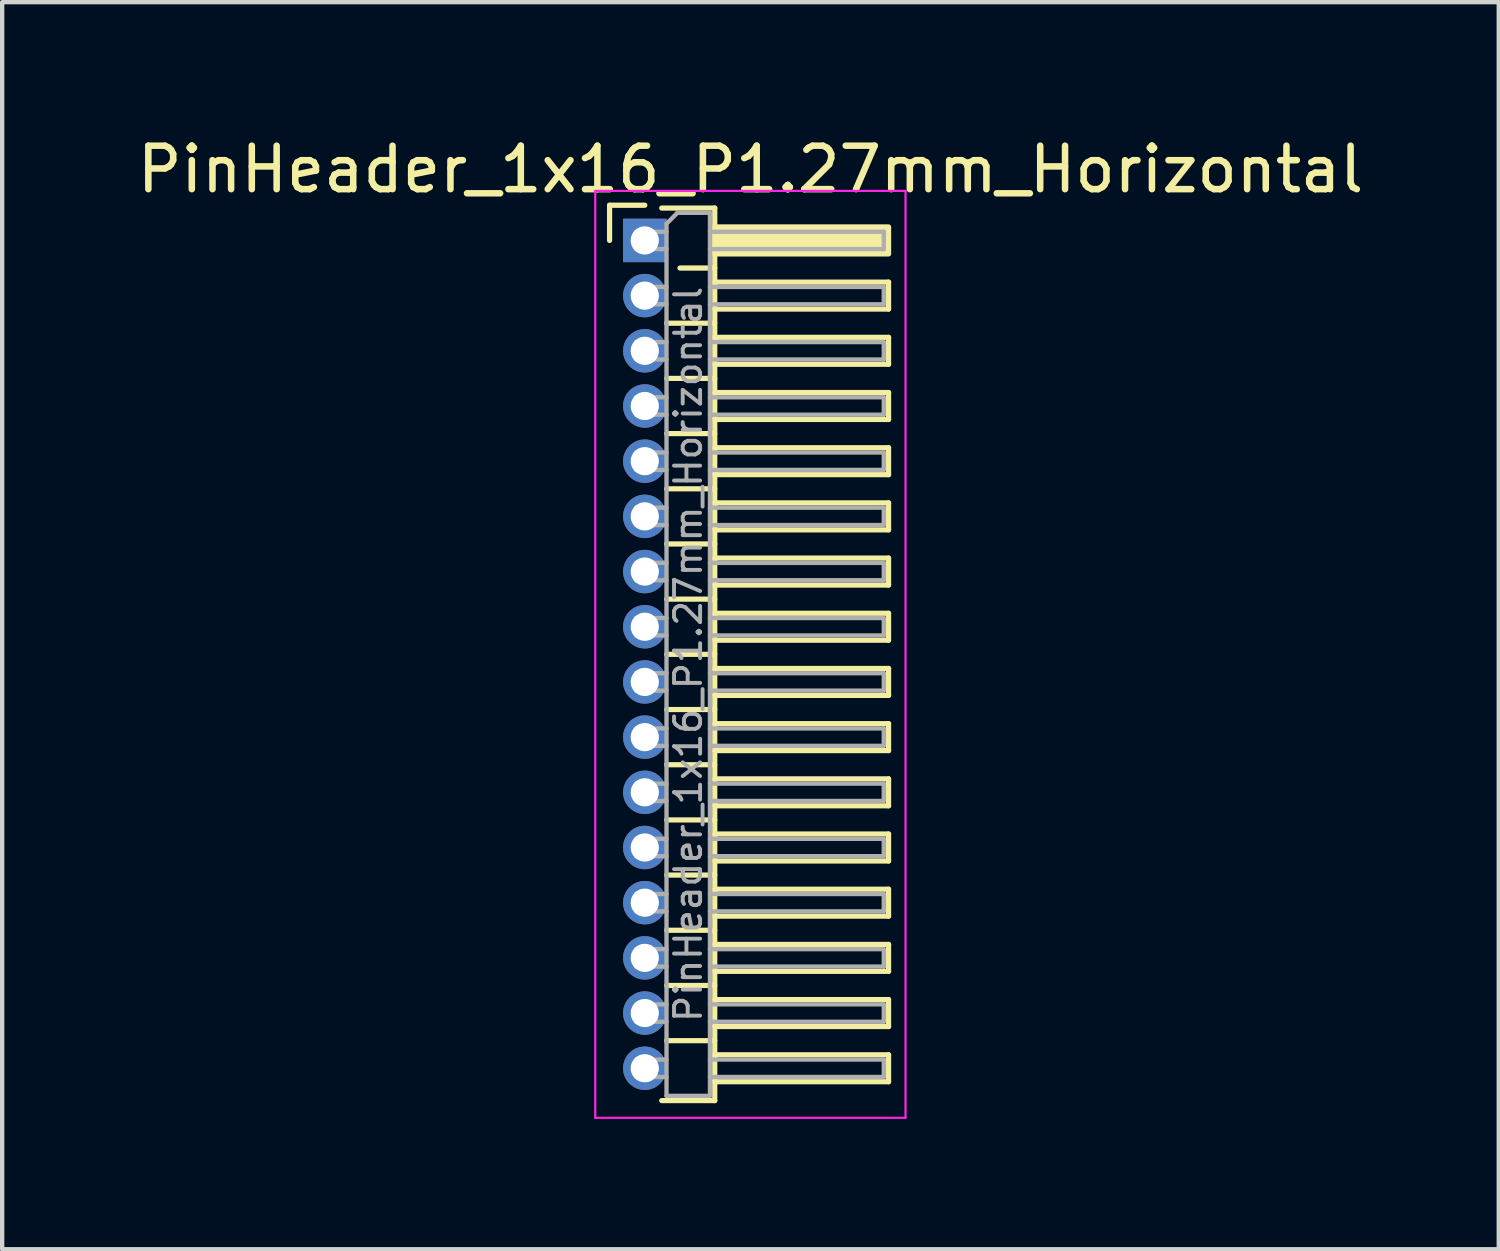
<source format=kicad_pcb>
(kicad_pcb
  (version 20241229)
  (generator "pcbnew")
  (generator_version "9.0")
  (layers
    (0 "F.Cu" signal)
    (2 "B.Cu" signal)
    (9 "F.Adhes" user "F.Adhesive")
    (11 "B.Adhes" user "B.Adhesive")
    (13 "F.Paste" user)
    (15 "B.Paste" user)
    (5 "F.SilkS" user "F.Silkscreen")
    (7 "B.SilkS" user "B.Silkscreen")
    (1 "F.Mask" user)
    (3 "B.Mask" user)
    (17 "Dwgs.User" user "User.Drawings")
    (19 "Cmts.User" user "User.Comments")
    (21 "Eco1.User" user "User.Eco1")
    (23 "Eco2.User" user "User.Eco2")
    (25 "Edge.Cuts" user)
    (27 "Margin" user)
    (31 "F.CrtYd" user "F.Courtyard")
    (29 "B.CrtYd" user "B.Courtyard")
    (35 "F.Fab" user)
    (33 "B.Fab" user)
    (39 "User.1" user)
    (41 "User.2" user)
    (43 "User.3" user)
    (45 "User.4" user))
  (footprint "PinHeader_1x16_P1.27mm_Horizontal"
    (layer "F.Cu")
    (at 11.788 2.483)
    (property "Reference" "PinHeader_1x16_P1.27mm_Horizontal" (at 2.433 -1.635 0) (layer "F.SilkS") (effects (font (size 1 1) (thickness 0.15))))
    (attr through_hole)
    (fp_line (start -0.81 -0.81) (end 0 -0.81) (stroke (width 0.12) (type solid)) (layer "F.SilkS"))
    (fp_line (start -0.81 0) (end -0.81 -0.81) (stroke (width 0.12) (type solid)) (layer "F.SilkS"))
    (fp_line (start 0.39 -0.745) (end 1.61 -0.745) (stroke (width 0.12) (type solid)) (layer "F.SilkS"))
    (fp_line (start 0.503 1.905) (end 1.61 1.905) (stroke (width 0.12) (type solid)) (layer "F.SilkS"))
    (fp_line (start 0.503 3.175) (end 1.61 3.175) (stroke (width 0.12) (type solid)) (layer "F.SilkS"))
    (fp_line (start 0.503 4.445) (end 1.61 4.445) (stroke (width 0.12) (type solid)) (layer "F.SilkS"))
    (fp_line (start 0.503 5.715) (end 1.61 5.715) (stroke (width 0.12) (type solid)) (layer "F.SilkS"))
    (fp_line (start 0.503 6.985) (end 1.61 6.985) (stroke (width 0.12) (type solid)) (layer "F.SilkS"))
    (fp_line (start 0.503 8.255) (end 1.61 8.255) (stroke (width 0.12) (type solid)) (layer "F.SilkS"))
    (fp_line (start 0.503 9.525) (end 1.61 9.525) (stroke (width 0.12) (type solid)) (layer "F.SilkS"))
    (fp_line (start 0.503 10.795) (end 1.61 10.795) (stroke (width 0.12) (type solid)) (layer "F.SilkS"))
    (fp_line (start 0.503 12.065) (end 1.61 12.065) (stroke (width 0.12) (type solid)) (layer "F.SilkS"))
    (fp_line (start 0.503 13.335) (end 1.61 13.335) (stroke (width 0.12) (type solid)) (layer "F.SilkS"))
    (fp_line (start 0.503 14.605) (end 1.61 14.605) (stroke (width 0.12) (type solid)) (layer "F.SilkS"))
    (fp_line (start 0.503 15.875) (end 1.61 15.875) (stroke (width 0.12) (type solid)) (layer "F.SilkS"))
    (fp_line (start 0.503 17.145) (end 1.61 17.145) (stroke (width 0.12) (type solid)) (layer "F.SilkS"))
    (fp_line (start 0.503 18.415) (end 1.61 18.415) (stroke (width 0.12) (type solid)) (layer "F.SilkS"))
    (fp_line (start 0.81 0.635) (end 1.61 0.635) (stroke (width 0.12) (type solid)) (layer "F.SilkS"))
    (fp_line (start 1.61 -0.745) (end 1.61 19.795) (stroke (width 0.12) (type solid)) (layer "F.SilkS"))
    (fp_line (start 1.61 0.96) (end 5.61 0.96) (stroke (width 0.12) (type solid)) (layer "F.SilkS"))
    (fp_line (start 1.61 2.23) (end 5.61 2.23) (stroke (width 0.12) (type solid)) (layer "F.SilkS"))
    (fp_line (start 1.61 3.5) (end 5.61 3.5) (stroke (width 0.12) (type solid)) (layer "F.SilkS"))
    (fp_line (start 1.61 4.77) (end 5.61 4.77) (stroke (width 0.12) (type solid)) (layer "F.SilkS"))
    (fp_line (start 1.61 6.04) (end 5.61 6.04) (stroke (width 0.12) (type solid)) (layer "F.SilkS"))
    (fp_line (start 1.61 7.31) (end 5.61 7.31) (stroke (width 0.12) (type solid)) (layer "F.SilkS"))
    (fp_line (start 1.61 8.58) (end 5.61 8.58) (stroke (width 0.12) (type solid)) (layer "F.SilkS"))
    (fp_line (start 1.61 9.85) (end 5.61 9.85) (stroke (width 0.12) (type solid)) (layer "F.SilkS"))
    (fp_line (start 1.61 11.12) (end 5.61 11.12) (stroke (width 0.12) (type solid)) (layer "F.SilkS"))
    (fp_line (start 1.61 12.39) (end 5.61 12.39) (stroke (width 0.12) (type solid)) (layer "F.SilkS"))
    (fp_line (start 1.61 13.66) (end 5.61 13.66) (stroke (width 0.12) (type solid)) (layer "F.SilkS"))
    (fp_line (start 1.61 14.93) (end 5.61 14.93) (stroke (width 0.12) (type solid)) (layer "F.SilkS"))
    (fp_line (start 1.61 16.2) (end 5.61 16.2) (stroke (width 0.12) (type solid)) (layer "F.SilkS"))
    (fp_line (start 1.61 17.47) (end 5.61 17.47) (stroke (width 0.12) (type solid)) (layer "F.SilkS"))
    (fp_line (start 1.61 18.74) (end 5.61 18.74) (stroke (width 0.12) (type solid)) (layer "F.SilkS"))
    (fp_line (start 1.61 19.795) (end 0.39 19.795) (stroke (width 0.12) (type solid)) (layer "F.SilkS"))
    (fp_line (start 5.61 0.96) (end 5.61 1.58) (stroke (width 0.12) (type solid)) (layer "F.SilkS"))
    (fp_line (start 5.61 1.58) (end 1.61 1.58) (stroke (width 0.12) (type solid)) (layer "F.SilkS"))
    (fp_line (start 5.61 2.23) (end 5.61 2.85) (stroke (width 0.12) (type solid)) (layer "F.SilkS"))
    (fp_line (start 5.61 2.85) (end 1.61 2.85) (stroke (width 0.12) (type solid)) (layer "F.SilkS"))
    (fp_line (start 5.61 3.5) (end 5.61 4.12) (stroke (width 0.12) (type solid)) (layer "F.SilkS"))
    (fp_line (start 5.61 4.12) (end 1.61 4.12) (stroke (width 0.12) (type solid)) (layer "F.SilkS"))
    (fp_line (start 5.61 4.77) (end 5.61 5.39) (stroke (width 0.12) (type solid)) (layer "F.SilkS"))
    (fp_line (start 5.61 5.39) (end 1.61 5.39) (stroke (width 0.12) (type solid)) (layer "F.SilkS"))
    (fp_line (start 5.61 6.04) (end 5.61 6.66) (stroke (width 0.12) (type solid)) (layer "F.SilkS"))
    (fp_line (start 5.61 6.66) (end 1.61 6.66) (stroke (width 0.12) (type solid)) (layer "F.SilkS"))
    (fp_line (start 5.61 7.31) (end 5.61 7.93) (stroke (width 0.12) (type solid)) (layer "F.SilkS"))
    (fp_line (start 5.61 7.93) (end 1.61 7.93) (stroke (width 0.12) (type solid)) (layer "F.SilkS"))
    (fp_line (start 5.61 8.58) (end 5.61 9.2) (stroke (width 0.12) (type solid)) (layer "F.SilkS"))
    (fp_line (start 5.61 9.2) (end 1.61 9.2) (stroke (width 0.12) (type solid)) (layer "F.SilkS"))
    (fp_line (start 5.61 9.85) (end 5.61 10.47) (stroke (width 0.12) (type solid)) (layer "F.SilkS"))
    (fp_line (start 5.61 10.47) (end 1.61 10.47) (stroke (width 0.12) (type solid)) (layer "F.SilkS"))
    (fp_line (start 5.61 11.12) (end 5.61 11.74) (stroke (width 0.12) (type solid)) (layer "F.SilkS"))
    (fp_line (start 5.61 11.74) (end 1.61 11.74) (stroke (width 0.12) (type solid)) (layer "F.SilkS"))
    (fp_line (start 5.61 12.39) (end 5.61 13.01) (stroke (width 0.12) (type solid)) (layer "F.SilkS"))
    (fp_line (start 5.61 13.01) (end 1.61 13.01) (stroke (width 0.12) (type solid)) (layer "F.SilkS"))
    (fp_line (start 5.61 13.66) (end 5.61 14.28) (stroke (width 0.12) (type solid)) (layer "F.SilkS"))
    (fp_line (start 5.61 14.28) (end 1.61 14.28) (stroke (width 0.12) (type solid)) (layer "F.SilkS"))
    (fp_line (start 5.61 14.93) (end 5.61 15.55) (stroke (width 0.12) (type solid)) (layer "F.SilkS"))
    (fp_line (start 5.61 15.55) (end 1.61 15.55) (stroke (width 0.12) (type solid)) (layer "F.SilkS"))
    (fp_line (start 5.61 16.2) (end 5.61 16.82) (stroke (width 0.12) (type solid)) (layer "F.SilkS"))
    (fp_line (start 5.61 16.82) (end 1.61 16.82) (stroke (width 0.12) (type solid)) (layer "F.SilkS"))
    (fp_line (start 5.61 17.47) (end 5.61 18.09) (stroke (width 0.12) (type solid)) (layer "F.SilkS"))
    (fp_line (start 5.61 18.09) (end 1.61 18.09) (stroke (width 0.12) (type solid)) (layer "F.SilkS"))
    (fp_line (start 5.61 18.74) (end 5.61 19.36) (stroke (width 0.12) (type solid)) (layer "F.SilkS"))
    (fp_line (start 5.61 19.36) (end 1.61 19.36) (stroke (width 0.12) (type solid)) (layer "F.SilkS"))
    (fp_rect (start 1.61 -0.31) (end 5.61 0.31) (stroke (width 0.12) (type solid)) (fill yes) (layer "F.SilkS"))
    (fp_line (start -1.14 -1.14) (end -1.14 20.19) (stroke (width 0.05) (type solid)) (layer "F.CrtYd"))
    (fp_line (start -1.14 20.19) (end 6 20.19) (stroke (width 0.05) (type solid)) (layer "F.CrtYd"))
    (fp_line (start 6 -1.14) (end -1.14 -1.14) (stroke (width 0.05) (type solid)) (layer "F.CrtYd"))
    (fp_line (start 6 20.19) (end 6 -1.14) (stroke (width 0.05) (type solid)) (layer "F.CrtYd"))
    (fp_line (start -0.2 -0.2) (end -0.2 0.2) (stroke (width 0.1) (type solid)) (layer "F.Fab"))
    (fp_line (start -0.2 -0.2) (end 0.5 -0.2) (stroke (width 0.1) (type solid)) (layer "F.Fab"))
    (fp_line (start -0.2 0.2) (end 0.5 0.2) (stroke (width 0.1) (type solid)) (layer "F.Fab"))
    (fp_line (start -0.2 1.07) (end -0.2 1.47) (stroke (width 0.1) (type solid)) (layer "F.Fab"))
    (fp_line (start -0.2 1.07) (end 0.5 1.07) (stroke (width 0.1) (type solid)) (layer "F.Fab"))
    (fp_line (start -0.2 1.47) (end 0.5 1.47) (stroke (width 0.1) (type solid)) (layer "F.Fab"))
    (fp_line (start -0.2 2.34) (end -0.2 2.74) (stroke (width 0.1) (type solid)) (layer "F.Fab"))
    (fp_line (start -0.2 2.34) (end 0.5 2.34) (stroke (width 0.1) (type solid)) (layer "F.Fab"))
    (fp_line (start -0.2 2.74) (end 0.5 2.74) (stroke (width 0.1) (type solid)) (layer "F.Fab"))
    (fp_line (start -0.2 3.61) (end -0.2 4.01) (stroke (width 0.1) (type solid)) (layer "F.Fab"))
    (fp_line (start -0.2 3.61) (end 0.5 3.61) (stroke (width 0.1) (type solid)) (layer "F.Fab"))
    (fp_line (start -0.2 4.01) (end 0.5 4.01) (stroke (width 0.1) (type solid)) (layer "F.Fab"))
    (fp_line (start -0.2 4.88) (end -0.2 5.28) (stroke (width 0.1) (type solid)) (layer "F.Fab"))
    (fp_line (start -0.2 4.88) (end 0.5 4.88) (stroke (width 0.1) (type solid)) (layer "F.Fab"))
    (fp_line (start -0.2 5.28) (end 0.5 5.28) (stroke (width 0.1) (type solid)) (layer "F.Fab"))
    (fp_line (start -0.2 6.15) (end -0.2 6.55) (stroke (width 0.1) (type solid)) (layer "F.Fab"))
    (fp_line (start -0.2 6.15) (end 0.5 6.15) (stroke (width 0.1) (type solid)) (layer "F.Fab"))
    (fp_line (start -0.2 6.55) (end 0.5 6.55) (stroke (width 0.1) (type solid)) (layer "F.Fab"))
    (fp_line (start -0.2 7.42) (end -0.2 7.82) (stroke (width 0.1) (type solid)) (layer "F.Fab"))
    (fp_line (start -0.2 7.42) (end 0.5 7.42) (stroke (width 0.1) (type solid)) (layer "F.Fab"))
    (fp_line (start -0.2 7.82) (end 0.5 7.82) (stroke (width 0.1) (type solid)) (layer "F.Fab"))
    (fp_line (start -0.2 8.69) (end -0.2 9.09) (stroke (width 0.1) (type solid)) (layer "F.Fab"))
    (fp_line (start -0.2 8.69) (end 0.5 8.69) (stroke (width 0.1) (type solid)) (layer "F.Fab"))
    (fp_line (start -0.2 9.09) (end 0.5 9.09) (stroke (width 0.1) (type solid)) (layer "F.Fab"))
    (fp_line (start -0.2 9.96) (end -0.2 10.36) (stroke (width 0.1) (type solid)) (layer "F.Fab"))
    (fp_line (start -0.2 9.96) (end 0.5 9.96) (stroke (width 0.1) (type solid)) (layer "F.Fab"))
    (fp_line (start -0.2 10.36) (end 0.5 10.36) (stroke (width 0.1) (type solid)) (layer "F.Fab"))
    (fp_line (start -0.2 11.23) (end -0.2 11.63) (stroke (width 0.1) (type solid)) (layer "F.Fab"))
    (fp_line (start -0.2 11.23) (end 0.5 11.23) (stroke (width 0.1) (type solid)) (layer "F.Fab"))
    (fp_line (start -0.2 11.63) (end 0.5 11.63) (stroke (width 0.1) (type solid)) (layer "F.Fab"))
    (fp_line (start -0.2 12.5) (end -0.2 12.9) (stroke (width 0.1) (type solid)) (layer "F.Fab"))
    (fp_line (start -0.2 12.5) (end 0.5 12.5) (stroke (width 0.1) (type solid)) (layer "F.Fab"))
    (fp_line (start -0.2 12.9) (end 0.5 12.9) (stroke (width 0.1) (type solid)) (layer "F.Fab"))
    (fp_line (start -0.2 13.77) (end -0.2 14.17) (stroke (width 0.1) (type solid)) (layer "F.Fab"))
    (fp_line (start -0.2 13.77) (end 0.5 13.77) (stroke (width 0.1) (type solid)) (layer "F.Fab"))
    (fp_line (start -0.2 14.17) (end 0.5 14.17) (stroke (width 0.1) (type solid)) (layer "F.Fab"))
    (fp_line (start -0.2 15.04) (end -0.2 15.44) (stroke (width 0.1) (type solid)) (layer "F.Fab"))
    (fp_line (start -0.2 15.04) (end 0.5 15.04) (stroke (width 0.1) (type solid)) (layer "F.Fab"))
    (fp_line (start -0.2 15.44) (end 0.5 15.44) (stroke (width 0.1) (type solid)) (layer "F.Fab"))
    (fp_line (start -0.2 16.31) (end -0.2 16.71) (stroke (width 0.1) (type solid)) (layer "F.Fab"))
    (fp_line (start -0.2 16.31) (end 0.5 16.31) (stroke (width 0.1) (type solid)) (layer "F.Fab"))
    (fp_line (start -0.2 16.71) (end 0.5 16.71) (stroke (width 0.1) (type solid)) (layer "F.Fab"))
    (fp_line (start -0.2 17.58) (end -0.2 17.98) (stroke (width 0.1) (type solid)) (layer "F.Fab"))
    (fp_line (start -0.2 17.58) (end 0.5 17.58) (stroke (width 0.1) (type solid)) (layer "F.Fab"))
    (fp_line (start -0.2 17.98) (end 0.5 17.98) (stroke (width 0.1) (type solid)) (layer "F.Fab"))
    (fp_line (start -0.2 18.85) (end -0.2 19.25) (stroke (width 0.1) (type solid)) (layer "F.Fab"))
    (fp_line (start -0.2 18.85) (end 0.5 18.85) (stroke (width 0.1) (type solid)) (layer "F.Fab"))
    (fp_line (start -0.2 19.25) (end 0.5 19.25) (stroke (width 0.1) (type solid)) (layer "F.Fab"))
    (fp_line (start 0.5 -0.385) (end 0.75 -0.635) (stroke (width 0.1) (type solid)) (layer "F.Fab"))
    (fp_line (start 0.5 19.685) (end 0.5 -0.385) (stroke (width 0.1) (type solid)) (layer "F.Fab"))
    (fp_line (start 0.75 -0.635) (end 1.5 -0.635) (stroke (width 0.1) (type solid)) (layer "F.Fab"))
    (fp_line (start 1.5 -0.635) (end 1.5 19.685) (stroke (width 0.1) (type solid)) (layer "F.Fab"))
    (fp_line (start 1.5 -0.2) (end 5.5 -0.2) (stroke (width 0.1) (type solid)) (layer "F.Fab"))
    (fp_line (start 1.5 0.2) (end 5.5 0.2) (stroke (width 0.1) (type solid)) (layer "F.Fab"))
    (fp_line (start 1.5 1.07) (end 5.5 1.07) (stroke (width 0.1) (type solid)) (layer "F.Fab"))
    (fp_line (start 1.5 1.47) (end 5.5 1.47) (stroke (width 0.1) (type solid)) (layer "F.Fab"))
    (fp_line (start 1.5 2.34) (end 5.5 2.34) (stroke (width 0.1) (type solid)) (layer "F.Fab"))
    (fp_line (start 1.5 2.74) (end 5.5 2.74) (stroke (width 0.1) (type solid)) (layer "F.Fab"))
    (fp_line (start 1.5 3.61) (end 5.5 3.61) (stroke (width 0.1) (type solid)) (layer "F.Fab"))
    (fp_line (start 1.5 4.01) (end 5.5 4.01) (stroke (width 0.1) (type solid)) (layer "F.Fab"))
    (fp_line (start 1.5 4.88) (end 5.5 4.88) (stroke (width 0.1) (type solid)) (layer "F.Fab"))
    (fp_line (start 1.5 5.28) (end 5.5 5.28) (stroke (width 0.1) (type solid)) (layer "F.Fab"))
    (fp_line (start 1.5 6.15) (end 5.5 6.15) (stroke (width 0.1) (type solid)) (layer "F.Fab"))
    (fp_line (start 1.5 6.55) (end 5.5 6.55) (stroke (width 0.1) (type solid)) (layer "F.Fab"))
    (fp_line (start 1.5 7.42) (end 5.5 7.42) (stroke (width 0.1) (type solid)) (layer "F.Fab"))
    (fp_line (start 1.5 7.82) (end 5.5 7.82) (stroke (width 0.1) (type solid)) (layer "F.Fab"))
    (fp_line (start 1.5 8.69) (end 5.5 8.69) (stroke (width 0.1) (type solid)) (layer "F.Fab"))
    (fp_line (start 1.5 9.09) (end 5.5 9.09) (stroke (width 0.1) (type solid)) (layer "F.Fab"))
    (fp_line (start 1.5 9.96) (end 5.5 9.96) (stroke (width 0.1) (type solid)) (layer "F.Fab"))
    (fp_line (start 1.5 10.36) (end 5.5 10.36) (stroke (width 0.1) (type solid)) (layer "F.Fab"))
    (fp_line (start 1.5 11.23) (end 5.5 11.23) (stroke (width 0.1) (type solid)) (layer "F.Fab"))
    (fp_line (start 1.5 11.63) (end 5.5 11.63) (stroke (width 0.1) (type solid)) (layer "F.Fab"))
    (fp_line (start 1.5 12.5) (end 5.5 12.5) (stroke (width 0.1) (type solid)) (layer "F.Fab"))
    (fp_line (start 1.5 12.9) (end 5.5 12.9) (stroke (width 0.1) (type solid)) (layer "F.Fab"))
    (fp_line (start 1.5 13.77) (end 5.5 13.77) (stroke (width 0.1) (type solid)) (layer "F.Fab"))
    (fp_line (start 1.5 14.17) (end 5.5 14.17) (stroke (width 0.1) (type solid)) (layer "F.Fab"))
    (fp_line (start 1.5 15.04) (end 5.5 15.04) (stroke (width 0.1) (type solid)) (layer "F.Fab"))
    (fp_line (start 1.5 15.44) (end 5.5 15.44) (stroke (width 0.1) (type solid)) (layer "F.Fab"))
    (fp_line (start 1.5 16.31) (end 5.5 16.31) (stroke (width 0.1) (type solid)) (layer "F.Fab"))
    (fp_line (start 1.5 16.71) (end 5.5 16.71) (stroke (width 0.1) (type solid)) (layer "F.Fab"))
    (fp_line (start 1.5 17.58) (end 5.5 17.58) (stroke (width 0.1) (type solid)) (layer "F.Fab"))
    (fp_line (start 1.5 17.98) (end 5.5 17.98) (stroke (width 0.1) (type solid)) (layer "F.Fab"))
    (fp_line (start 1.5 18.85) (end 5.5 18.85) (stroke (width 0.1) (type solid)) (layer "F.Fab"))
    (fp_line (start 1.5 19.25) (end 5.5 19.25) (stroke (width 0.1) (type solid)) (layer "F.Fab"))
    (fp_line (start 1.5 19.685) (end 0.5 19.685) (stroke (width 0.1) (type solid)) (layer "F.Fab"))
    (fp_line (start 5.5 -0.2) (end 5.5 0.2) (stroke (width 0.1) (type solid)) (layer "F.Fab"))
    (fp_line (start 5.5 1.07) (end 5.5 1.47) (stroke (width 0.1) (type solid)) (layer "F.Fab"))
    (fp_line (start 5.5 2.34) (end 5.5 2.74) (stroke (width 0.1) (type solid)) (layer "F.Fab"))
    (fp_line (start 5.5 3.61) (end 5.5 4.01) (stroke (width 0.1) (type solid)) (layer "F.Fab"))
    (fp_line (start 5.5 4.88) (end 5.5 5.28) (stroke (width 0.1) (type solid)) (layer "F.Fab"))
    (fp_line (start 5.5 6.15) (end 5.5 6.55) (stroke (width 0.1) (type solid)) (layer "F.Fab"))
    (fp_line (start 5.5 7.42) (end 5.5 7.82) (stroke (width 0.1) (type solid)) (layer "F.Fab"))
    (fp_line (start 5.5 8.69) (end 5.5 9.09) (stroke (width 0.1) (type solid)) (layer "F.Fab"))
    (fp_line (start 5.5 9.96) (end 5.5 10.36) (stroke (width 0.1) (type solid)) (layer "F.Fab"))
    (fp_line (start 5.5 11.23) (end 5.5 11.63) (stroke (width 0.1) (type solid)) (layer "F.Fab"))
    (fp_line (start 5.5 12.5) (end 5.5 12.9) (stroke (width 0.1) (type solid)) (layer "F.Fab"))
    (fp_line (start 5.5 13.77) (end 5.5 14.17) (stroke (width 0.1) (type solid)) (layer "F.Fab"))
    (fp_line (start 5.5 15.04) (end 5.5 15.44) (stroke (width 0.1) (type solid)) (layer "F.Fab"))
    (fp_line (start 5.5 16.31) (end 5.5 16.71) (stroke (width 0.1) (type solid)) (layer "F.Fab"))
    (fp_line (start 5.5 17.58) (end 5.5 17.98) (stroke (width 0.1) (type solid)) (layer "F.Fab"))
    (fp_line (start 5.5 18.85) (end 5.5 19.25) (stroke (width 0.1) (type solid)) (layer "F.Fab"))
    (fp_text user "${REFERENCE}" (at 1 9.525 90) (layer "F.Fab") (effects (font (size 0.6 0.6) (thickness 0.09))))
    (pad "1" thru_hole rect (at 0 0) (size 1 1) (drill 0.65) (layers "*.Cu" "*.Mask"))
    (pad "2" thru_hole circle (at 0 1.27) (size 1 1) (drill 0.65) (layers "*.Cu" "*.Mask"))
    (pad "3" thru_hole circle (at 0 2.54) (size 1 1) (drill 0.65) (layers "*.Cu" "*.Mask"))
    (pad "4" thru_hole circle (at 0 3.81) (size 1 1) (drill 0.65) (layers "*.Cu" "*.Mask"))
    (pad "5" thru_hole circle (at 0 5.08) (size 1 1) (drill 0.65) (layers "*.Cu" "*.Mask"))
    (pad "6" thru_hole circle (at 0 6.35) (size 1 1) (drill 0.65) (layers "*.Cu" "*.Mask"))
    (pad "7" thru_hole circle (at 0 7.62) (size 1 1) (drill 0.65) (layers "*.Cu" "*.Mask"))
    (pad "8" thru_hole circle (at 0 8.89) (size 1 1) (drill 0.65) (layers "*.Cu" "*.Mask"))
    (pad "9" thru_hole circle (at 0 10.16) (size 1 1) (drill 0.65) (layers "*.Cu" "*.Mask"))
    (pad "10" thru_hole circle (at 0 11.43) (size 1 1) (drill 0.65) (layers "*.Cu" "*.Mask"))
    (pad "11" thru_hole circle (at 0 12.7) (size 1 1) (drill 0.65) (layers "*.Cu" "*.Mask"))
    (pad "12" thru_hole circle (at 0 13.97) (size 1 1) (drill 0.65) (layers "*.Cu" "*.Mask"))
    (pad "13" thru_hole circle (at 0 15.24) (size 1 1) (drill 0.65) (layers "*.Cu" "*.Mask"))
    (pad "14" thru_hole circle (at 0 16.51) (size 1 1) (drill 0.65) (layers "*.Cu" "*.Mask"))
    (pad "15" thru_hole circle (at 0 17.78) (size 1 1) (drill 0.65) (layers "*.Cu" "*.Mask"))
    (pad "16" thru_hole circle (at 0 19.05) (size 1 1) (drill 0.65) (layers "*.Cu" "*.Mask")))
  (gr_rect
    (start -3 -3)
    (end 31.44 25.698)
    (stroke (width 0.1) (type default))
    (fill no)
    (layer "Edge.Cuts")))
</source>
